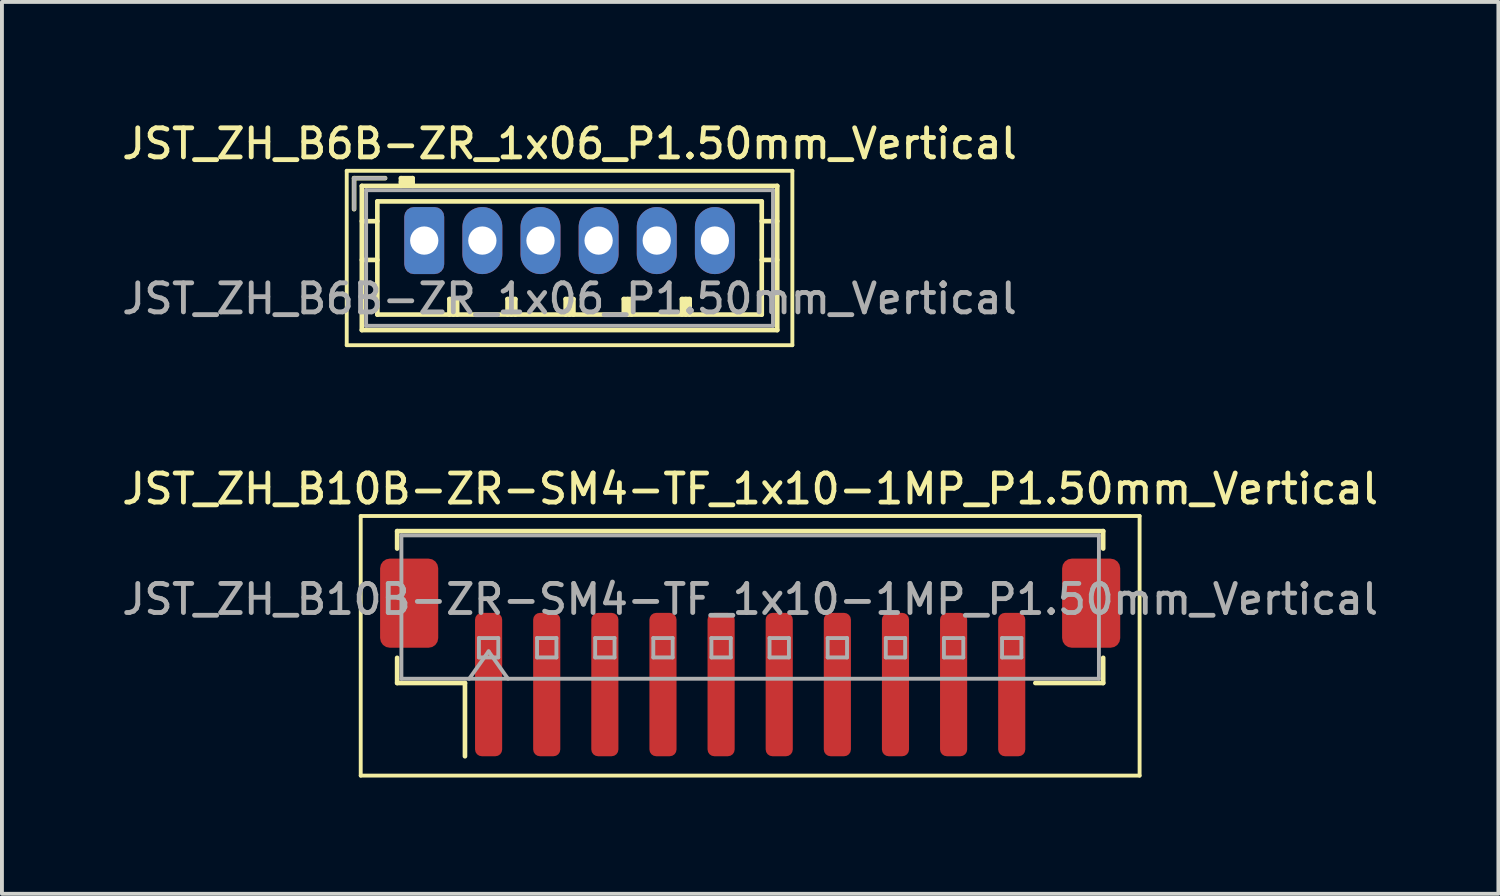
<source format=kicad_pcb>
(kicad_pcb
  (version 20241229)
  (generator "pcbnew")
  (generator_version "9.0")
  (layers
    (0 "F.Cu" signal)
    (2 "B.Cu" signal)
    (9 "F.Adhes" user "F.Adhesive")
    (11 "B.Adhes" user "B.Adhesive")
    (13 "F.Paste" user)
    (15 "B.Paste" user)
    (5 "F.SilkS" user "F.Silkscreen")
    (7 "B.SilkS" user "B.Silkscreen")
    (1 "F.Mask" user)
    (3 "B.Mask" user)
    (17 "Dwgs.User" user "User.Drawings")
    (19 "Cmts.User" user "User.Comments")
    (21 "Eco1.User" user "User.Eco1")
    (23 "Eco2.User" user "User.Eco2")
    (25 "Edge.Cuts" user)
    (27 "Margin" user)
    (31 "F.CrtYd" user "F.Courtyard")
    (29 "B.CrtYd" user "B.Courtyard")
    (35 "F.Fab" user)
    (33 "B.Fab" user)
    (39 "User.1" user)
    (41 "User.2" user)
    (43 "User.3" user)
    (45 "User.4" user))
  (footprint "JST_ZH_B6B-ZR_1x06_P1.50mm_Vertical"
    (layer "F.Cu")
    (at 7.898 3.158)
    (property "Reference" "JST_ZH_B6B-ZR_1x06_P1.50mm_Vertical" (at 3.75 -2.5 0) (layer "F.SilkS") (effects (font (size 0.75 0.75) (thickness 0.125))))
    (attr through_hole)
    (fp_line (start -2 -1.8) (end -2 2.7) (stroke (width 0.1) (type solid)) (layer "F.SilkS"))
    (fp_line (start -2 2.7) (end 9.5 2.7) (stroke (width 0.1) (type solid)) (layer "F.SilkS"))
    (fp_line (start -1.81 -1.61) (end -1.81 -0.81) (stroke (width 0.12) (type solid)) (layer "F.SilkS"))
    (fp_line (start -1.61 -1.41) (end -1.61 2.31) (stroke (width 0.12) (type solid)) (layer "F.SilkS"))
    (fp_line (start -1.61 -0.5) (end -1.21 -0.5) (stroke (width 0.12) (type solid)) (layer "F.SilkS"))
    (fp_line (start -1.61 0.5) (end -1.21 0.5) (stroke (width 0.12) (type solid)) (layer "F.SilkS"))
    (fp_line (start -1.61 2.31) (end 9.11 2.31) (stroke (width 0.12) (type solid)) (layer "F.SilkS"))
    (fp_line (start -1.21 -1.01) (end -1.21 1.91) (stroke (width 0.12) (type solid)) (layer "F.SilkS"))
    (fp_line (start -1.21 1.91) (end 8.71 1.91) (stroke (width 0.12) (type solid)) (layer "F.SilkS"))
    (fp_line (start -1.01 -1.61) (end -1.81 -1.61) (stroke (width 0.12) (type solid)) (layer "F.SilkS"))
    (fp_line (start -0.6 -1.61) (end -0.6 -1.41) (stroke (width 0.12) (type solid)) (layer "F.SilkS"))
    (fp_line (start -0.3 -1.61) (end -0.6 -1.61) (stroke (width 0.12) (type solid)) (layer "F.SilkS"))
    (fp_line (start -0.3 -1.51) (end -0.6 -1.51) (stroke (width 0.12) (type solid)) (layer "F.SilkS"))
    (fp_line (start -0.3 -1.41) (end -0.3 -1.61) (stroke (width 0.12) (type solid)) (layer "F.SilkS"))
    (fp_line (start 0.65 1.51) (end 0.85 1.51) (stroke (width 0.12) (type solid)) (layer "F.SilkS"))
    (fp_line (start 0.65 1.91) (end 0.65 1.51) (stroke (width 0.12) (type solid)) (layer "F.SilkS"))
    (fp_line (start 0.75 1.91) (end 0.75 1.51) (stroke (width 0.12) (type solid)) (layer "F.SilkS"))
    (fp_line (start 0.85 1.51) (end 0.85 1.91) (stroke (width 0.12) (type solid)) (layer "F.SilkS"))
    (fp_line (start 2.15 1.51) (end 2.35 1.51) (stroke (width 0.12) (type solid)) (layer "F.SilkS"))
    (fp_line (start 2.15 1.91) (end 2.15 1.51) (stroke (width 0.12) (type solid)) (layer "F.SilkS"))
    (fp_line (start 2.25 1.91) (end 2.25 1.51) (stroke (width 0.12) (type solid)) (layer "F.SilkS"))
    (fp_line (start 2.35 1.51) (end 2.35 1.91) (stroke (width 0.12) (type solid)) (layer "F.SilkS"))
    (fp_line (start 3.65 1.51) (end 3.85 1.51) (stroke (width 0.12) (type solid)) (layer "F.SilkS"))
    (fp_line (start 3.65 1.91) (end 3.65 1.51) (stroke (width 0.12) (type solid)) (layer "F.SilkS"))
    (fp_line (start 3.75 1.91) (end 3.75 1.51) (stroke (width 0.12) (type solid)) (layer "F.SilkS"))
    (fp_line (start 3.85 1.51) (end 3.85 1.91) (stroke (width 0.12) (type solid)) (layer "F.SilkS"))
    (fp_line (start 5.15 1.51) (end 5.35 1.51) (stroke (width 0.12) (type solid)) (layer "F.SilkS"))
    (fp_line (start 5.15 1.91) (end 5.15 1.51) (stroke (width 0.12) (type solid)) (layer "F.SilkS"))
    (fp_line (start 5.25 1.91) (end 5.25 1.51) (stroke (width 0.12) (type solid)) (layer "F.SilkS"))
    (fp_line (start 5.35 1.51) (end 5.35 1.91) (stroke (width 0.12) (type solid)) (layer "F.SilkS"))
    (fp_line (start 6.65 1.51) (end 6.85 1.51) (stroke (width 0.12) (type solid)) (layer "F.SilkS"))
    (fp_line (start 6.65 1.91) (end 6.65 1.51) (stroke (width 0.12) (type solid)) (layer "F.SilkS"))
    (fp_line (start 6.75 1.91) (end 6.75 1.51) (stroke (width 0.12) (type solid)) (layer "F.SilkS"))
    (fp_line (start 6.85 1.51) (end 6.85 1.91) (stroke (width 0.12) (type solid)) (layer "F.SilkS"))
    (fp_line (start 8.71 -1.01) (end -1.21 -1.01) (stroke (width 0.12) (type solid)) (layer "F.SilkS"))
    (fp_line (start 8.71 1.91) (end 8.71 -1.01) (stroke (width 0.12) (type solid)) (layer "F.SilkS"))
    (fp_line (start 9.11 -1.41) (end -1.61 -1.41) (stroke (width 0.12) (type solid)) (layer "F.SilkS"))
    (fp_line (start 9.11 -0.5) (end 8.71 -0.5) (stroke (width 0.12) (type solid)) (layer "F.SilkS"))
    (fp_line (start 9.11 0.5) (end 8.71 0.5) (stroke (width 0.12) (type solid)) (layer "F.SilkS"))
    (fp_line (start 9.11 2.31) (end 9.11 -1.41) (stroke (width 0.12) (type solid)) (layer "F.SilkS"))
    (fp_line (start 9.5 -1.8) (end -2 -1.8) (stroke (width 0.1) (type solid)) (layer "F.SilkS"))
    (fp_line (start 9.5 2.7) (end 9.5 -1.8) (stroke (width 0.1) (type solid)) (layer "F.SilkS"))
    (fp_line (start -1.81 -1.61) (end -1.81 -0.81) (stroke (width 0.1) (type solid)) (layer "F.Fab"))
    (fp_line (start -1.5 -1.3) (end -1.5 2.2) (stroke (width 0.1) (type solid)) (layer "F.Fab"))
    (fp_line (start -1.5 2.2) (end 9 2.2) (stroke (width 0.1) (type solid)) (layer "F.Fab"))
    (fp_line (start -1.01 -1.61) (end -1.81 -1.61) (stroke (width 0.1) (type solid)) (layer "F.Fab"))
    (fp_line (start 9 -1.3) (end -1.5 -1.3) (stroke (width 0.1) (type solid)) (layer "F.Fab"))
    (fp_line (start 9 2.2) (end 9 -1.3) (stroke (width 0.1) (type solid)) (layer "F.Fab"))
    (fp_text user "${REFERENCE}" (at 3.75 1.5 0) (layer "F.Fab") (effects (font (size 0.75 0.75) (thickness 0.125))))
    (pad "1" thru_hole roundrect (at 0 0) (size 1.03 1.73) (drill 0.73) (layers "*.Cu" "*.Mask") (roundrect_rratio 0.243))
    (pad "2" thru_hole oval (at 1.5 0) (size 1.03 1.73) (drill 0.73) (layers "*.Cu" "*.Mask"))
    (pad "3" thru_hole oval (at 3 0) (size 1.03 1.73) (drill 0.73) (layers "*.Cu" "*.Mask"))
    (pad "4" thru_hole oval (at 4.5 0) (size 1.03 1.73) (drill 0.73) (layers "*.Cu" "*.Mask"))
    (pad "5" thru_hole oval (at 6 0) (size 1.03 1.73) (drill 0.73) (layers "*.Cu" "*.Mask"))
    (pad "6" thru_hole oval (at 7.5 0) (size 1.03 1.73) (drill 0.73) (layers "*.Cu" "*.Mask")))
  (footprint "JST_ZH_B10B-ZR-SM4-TF_1x10-1MP_P1.50mm_Vertical"
    (layer "F.Cu")
    (at 16.309 13.916)
    (property "Reference" "JST_ZH_B10B-ZR-SM4-TF_1x10-1MP_P1.50mm_Vertical" (at 0 -4.35 0) (layer "F.SilkS") (effects (font (size 0.75 0.75) (thickness 0.125))))
    (attr smd)
    (fp_line (start -10.05 -3.65) (end -10.05 3.05) (stroke (width 0.1) (type solid)) (layer "F.SilkS"))
    (fp_line (start -10.05 3.05) (end 10.05 3.05) (stroke (width 0.1) (type solid)) (layer "F.SilkS"))
    (fp_line (start -9.11 -3.26) (end 9.11 -3.26) (stroke (width 0.12) (type solid)) (layer "F.SilkS"))
    (fp_line (start -9.11 -2.81) (end -9.11 -3.26) (stroke (width 0.12) (type solid)) (layer "F.SilkS"))
    (fp_line (start -9.11 0.01) (end -9.11 0.66) (stroke (width 0.12) (type solid)) (layer "F.SilkS"))
    (fp_line (start -9.11 0.66) (end -7.36 0.66) (stroke (width 0.12) (type solid)) (layer "F.SilkS"))
    (fp_line (start -7.36 0.66) (end -7.36 2.55) (stroke (width 0.12) (type solid)) (layer "F.SilkS"))
    (fp_line (start 9.11 -3.26) (end 9.11 -2.81) (stroke (width 0.12) (type solid)) (layer "F.SilkS"))
    (fp_line (start 9.11 0.01) (end 9.11 0.66) (stroke (width 0.12) (type solid)) (layer "F.SilkS"))
    (fp_line (start 9.11 0.66) (end 7.36 0.66) (stroke (width 0.12) (type solid)) (layer "F.SilkS"))
    (fp_line (start 10.05 -3.65) (end -10.05 -3.65) (stroke (width 0.1) (type solid)) (layer "F.SilkS"))
    (fp_line (start 10.05 3.05) (end 10.05 -3.65) (stroke (width 0.1) (type solid)) (layer "F.SilkS"))
    (fp_line (start -9 -3.15) (end 9 -3.15) (stroke (width 0.1) (type solid)) (layer "F.Fab"))
    (fp_line (start -9 0.55) (end -9 -3.15) (stroke (width 0.1) (type solid)) (layer "F.Fab"))
    (fp_line (start -9 0.55) (end 9 0.55) (stroke (width 0.1) (type solid)) (layer "F.Fab"))
    (fp_line (start -7.25 0.55) (end -6.75 -0.157) (stroke (width 0.1) (type solid)) (layer "F.Fab"))
    (fp_line (start -7 -0.5) (end -7 0) (stroke (width 0.1) (type solid)) (layer "F.Fab"))
    (fp_line (start -7 0) (end -6.5 0) (stroke (width 0.1) (type solid)) (layer "F.Fab"))
    (fp_line (start -6.75 -0.157) (end -6.25 0.55) (stroke (width 0.1) (type solid)) (layer "F.Fab"))
    (fp_line (start -6.5 -0.5) (end -7 -0.5) (stroke (width 0.1) (type solid)) (layer "F.Fab"))
    (fp_line (start -6.5 0) (end -6.5 -0.5) (stroke (width 0.1) (type solid)) (layer "F.Fab"))
    (fp_line (start -5.5 -0.5) (end -5.5 0) (stroke (width 0.1) (type solid)) (layer "F.Fab"))
    (fp_line (start -5.5 0) (end -5 0) (stroke (width 0.1) (type solid)) (layer "F.Fab"))
    (fp_line (start -5 -0.5) (end -5.5 -0.5) (stroke (width 0.1) (type solid)) (layer "F.Fab"))
    (fp_line (start -5 0) (end -5 -0.5) (stroke (width 0.1) (type solid)) (layer "F.Fab"))
    (fp_line (start -4 -0.5) (end -4 0) (stroke (width 0.1) (type solid)) (layer "F.Fab"))
    (fp_line (start -4 0) (end -3.5 0) (stroke (width 0.1) (type solid)) (layer "F.Fab"))
    (fp_line (start -3.5 -0.5) (end -4 -0.5) (stroke (width 0.1) (type solid)) (layer "F.Fab"))
    (fp_line (start -3.5 0) (end -3.5 -0.5) (stroke (width 0.1) (type solid)) (layer "F.Fab"))
    (fp_line (start -2.5 -0.5) (end -2.5 0) (stroke (width 0.1) (type solid)) (layer "F.Fab"))
    (fp_line (start -2.5 0) (end -2 0) (stroke (width 0.1) (type solid)) (layer "F.Fab"))
    (fp_line (start -2 -0.5) (end -2.5 -0.5) (stroke (width 0.1) (type solid)) (layer "F.Fab"))
    (fp_line (start -2 0) (end -2 -0.5) (stroke (width 0.1) (type solid)) (layer "F.Fab"))
    (fp_line (start -1 -0.5) (end -1 0) (stroke (width 0.1) (type solid)) (layer "F.Fab"))
    (fp_line (start -1 0) (end -0.5 0) (stroke (width 0.1) (type solid)) (layer "F.Fab"))
    (fp_line (start -0.5 -0.5) (end -1 -0.5) (stroke (width 0.1) (type solid)) (layer "F.Fab"))
    (fp_line (start -0.5 0) (end -0.5 -0.5) (stroke (width 0.1) (type solid)) (layer "F.Fab"))
    (fp_line (start 0.5 -0.5) (end 0.5 0) (stroke (width 0.1) (type solid)) (layer "F.Fab"))
    (fp_line (start 0.5 0) (end 1 0) (stroke (width 0.1) (type solid)) (layer "F.Fab"))
    (fp_line (start 1 -0.5) (end 0.5 -0.5) (stroke (width 0.1) (type solid)) (layer "F.Fab"))
    (fp_line (start 1 0) (end 1 -0.5) (stroke (width 0.1) (type solid)) (layer "F.Fab"))
    (fp_line (start 2 -0.5) (end 2 0) (stroke (width 0.1) (type solid)) (layer "F.Fab"))
    (fp_line (start 2 0) (end 2.5 0) (stroke (width 0.1) (type solid)) (layer "F.Fab"))
    (fp_line (start 2.5 -0.5) (end 2 -0.5) (stroke (width 0.1) (type solid)) (layer "F.Fab"))
    (fp_line (start 2.5 0) (end 2.5 -0.5) (stroke (width 0.1) (type solid)) (layer "F.Fab"))
    (fp_line (start 3.5 -0.5) (end 3.5 0) (stroke (width 0.1) (type solid)) (layer "F.Fab"))
    (fp_line (start 3.5 0) (end 4 0) (stroke (width 0.1) (type solid)) (layer "F.Fab"))
    (fp_line (start 4 -0.5) (end 3.5 -0.5) (stroke (width 0.1) (type solid)) (layer "F.Fab"))
    (fp_line (start 4 0) (end 4 -0.5) (stroke (width 0.1) (type solid)) (layer "F.Fab"))
    (fp_line (start 5 -0.5) (end 5 0) (stroke (width 0.1) (type solid)) (layer "F.Fab"))
    (fp_line (start 5 0) (end 5.5 0) (stroke (width 0.1) (type solid)) (layer "F.Fab"))
    (fp_line (start 5.5 -0.5) (end 5 -0.5) (stroke (width 0.1) (type solid)) (layer "F.Fab"))
    (fp_line (start 5.5 0) (end 5.5 -0.5) (stroke (width 0.1) (type solid)) (layer "F.Fab"))
    (fp_line (start 6.5 -0.5) (end 6.5 0) (stroke (width 0.1) (type solid)) (layer "F.Fab"))
    (fp_line (start 6.5 0) (end 7 0) (stroke (width 0.1) (type solid)) (layer "F.Fab"))
    (fp_line (start 7 -0.5) (end 6.5 -0.5) (stroke (width 0.1) (type solid)) (layer "F.Fab"))
    (fp_line (start 7 0) (end 7 -0.5) (stroke (width 0.1) (type solid)) (layer "F.Fab"))
    (fp_line (start 9 0.55) (end 9 -3.15) (stroke (width 0.1) (type solid)) (layer "F.Fab"))
    (fp_text user "${REFERENCE}" (at 0 -1.5 0) (layer "F.Fab") (effects (font (size 0.75 0.75) (thickness 0.125))))
    (pad "1" smd roundrect (at -6.75 0.7) (size 0.7 3.7) (layers "F.Cu" "F.Mask" "F.Paste") (roundrect_rratio 0.25))
    (pad "2" smd roundrect (at -5.25 0.7) (size 0.7 3.7) (layers "F.Cu" "F.Mask" "F.Paste") (roundrect_rratio 0.25))
    (pad "3" smd roundrect (at -3.75 0.7) (size 0.7 3.7) (layers "F.Cu" "F.Mask" "F.Paste") (roundrect_rratio 0.25))
    (pad "4" smd roundrect (at -2.25 0.7) (size 0.7 3.7) (layers "F.Cu" "F.Mask" "F.Paste") (roundrect_rratio 0.25))
    (pad "5" smd roundrect (at -0.75 0.7) (size 0.7 3.7) (layers "F.Cu" "F.Mask" "F.Paste") (roundrect_rratio 0.25))
    (pad "6" smd roundrect (at 0.75 0.7) (size 0.7 3.7) (layers "F.Cu" "F.Mask" "F.Paste") (roundrect_rratio 0.25))
    (pad "7" smd roundrect (at 2.25 0.7) (size 0.7 3.7) (layers "F.Cu" "F.Mask" "F.Paste") (roundrect_rratio 0.25))
    (pad "8" smd roundrect (at 3.75 0.7) (size 0.7 3.7) (layers "F.Cu" "F.Mask" "F.Paste") (roundrect_rratio 0.25))
    (pad "9" smd roundrect (at 5.25 0.7) (size 0.7 3.7) (layers "F.Cu" "F.Mask" "F.Paste") (roundrect_rratio 0.25))
    (pad "10" smd roundrect (at 6.75 0.7) (size 0.7 3.7) (layers "F.Cu" "F.Mask" "F.Paste") (roundrect_rratio 0.25))
    (pad "MP" smd roundrect (at -8.8 -1.4) (size 1.5 2.3) (layers "F.Cu" "F.Mask" "F.Paste") (roundrect_rratio 0.167))
    (pad "MP" smd roundrect (at 8.8 -1.4) (size 1.5 2.3) (layers "F.Cu" "F.Mask" "F.Paste") (roundrect_rratio 0.167)))
  (gr_rect
    (start -3 -3)
    (end 35.618 20.016)
    (stroke (width 0.1) (type default))
    (fill no)
    (layer "Edge.Cuts")))
</source>
